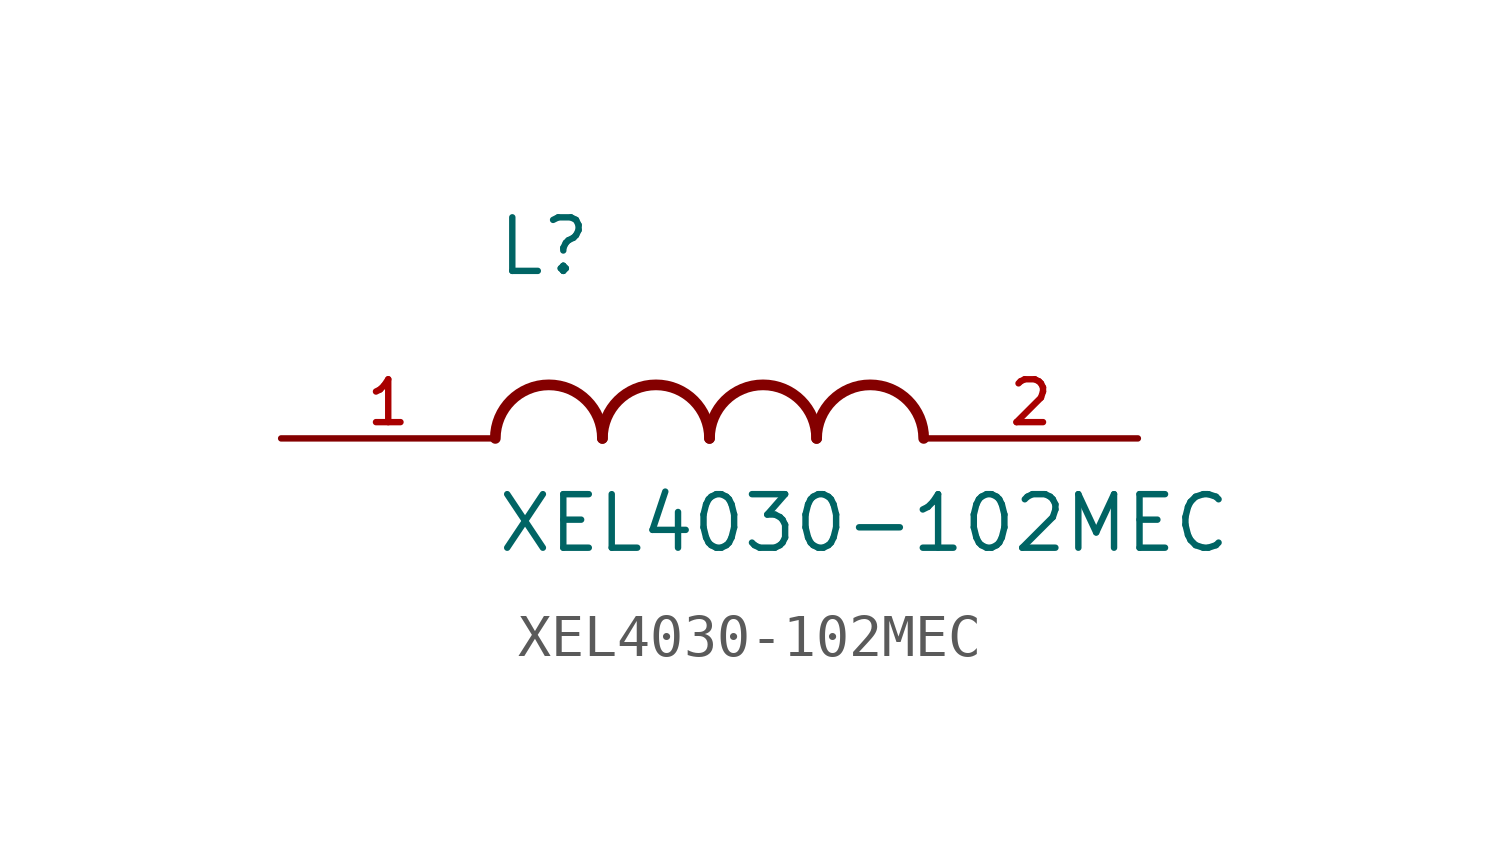
<source format=kicad_sym>
(kicad_symbol_lib
  (version 20211014)
  (generator kicad_symbol_editor)
  (symbol "XEL4030-102MEC"
    (pin_names
      (offset 1.016))
    (property "Reference" "L"
      (at -5.08 3.81 0)
      (effects (font (size 1.27 1.27)) (justify bottom left)))
    (property "Value" "XEL4030-102MEC"
      (at -5.08 -1.27 0)
      (effects (font (size 1.27 1.27)) (justify top left)))
    (symbol "XEL4030-102MEC_0_0"
      (arc (start -2.54 0.0) (mid -3.81 1.27) (end -5.08 0.0) (stroke (width 0.254) (type default) (color 0 0 0 0)) (fill (type none)))
      (arc (start 0.0 0.0) (mid -1.27 1.27) (end -2.54 0.0) (stroke (width 0.254) (type default) (color 0 0 0 0)) (fill (type none)))
      (arc (start 2.54 0.0) (mid 1.27 1.27) (end 0.0 0.0) (stroke (width 0.254) (type default) (color 0 0 0 0)) (fill (type none)))
      (arc (start 5.08 0.0) (mid 3.81 1.27) (end 2.54 0.0) (stroke (width 0.254) (type default) (color 0 0 0 0)) (fill (type none)))
      (pin passive line (at 10.16 0.0 180.0) (length 5.08) (name "~" (effects (font (size 1.016 1.016)))) (number "2" (effects (font (size 1.016 1.016)))))
      (pin passive line (at -10.16 0.0 0) (length 5.08) (name "~" (effects (font (size 1.016 1.016)))) (number "1" (effects (font (size 1.016 1.016))))))))
</source>
